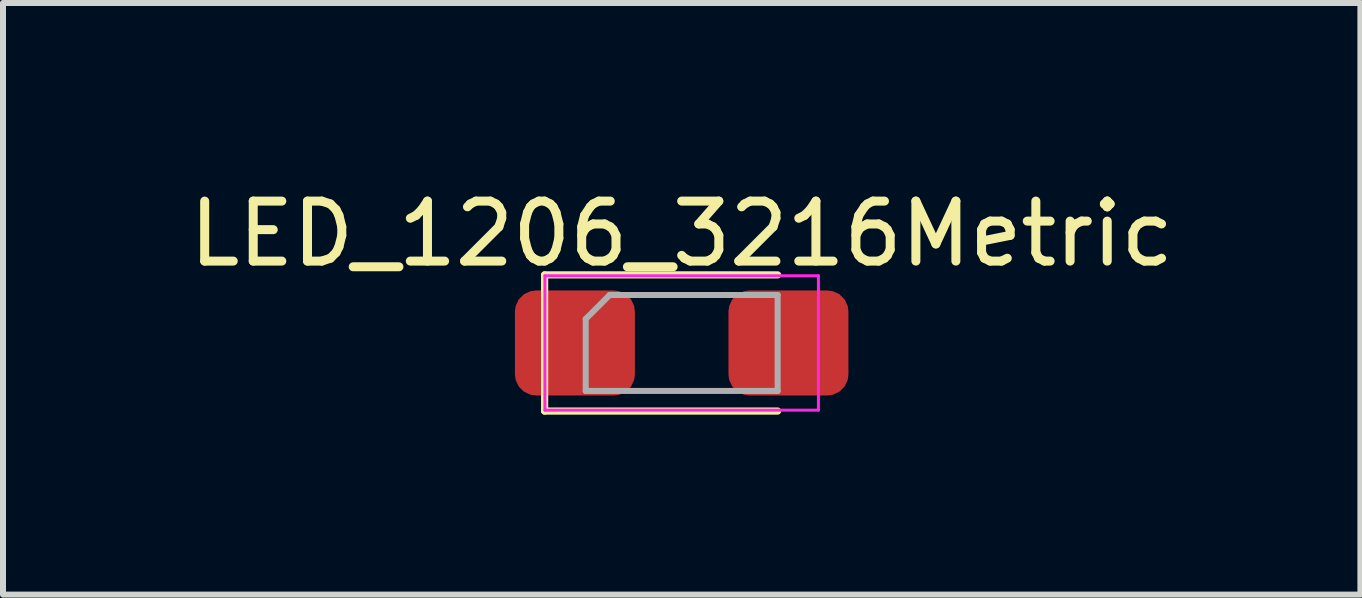
<source format=kicad_pcb>
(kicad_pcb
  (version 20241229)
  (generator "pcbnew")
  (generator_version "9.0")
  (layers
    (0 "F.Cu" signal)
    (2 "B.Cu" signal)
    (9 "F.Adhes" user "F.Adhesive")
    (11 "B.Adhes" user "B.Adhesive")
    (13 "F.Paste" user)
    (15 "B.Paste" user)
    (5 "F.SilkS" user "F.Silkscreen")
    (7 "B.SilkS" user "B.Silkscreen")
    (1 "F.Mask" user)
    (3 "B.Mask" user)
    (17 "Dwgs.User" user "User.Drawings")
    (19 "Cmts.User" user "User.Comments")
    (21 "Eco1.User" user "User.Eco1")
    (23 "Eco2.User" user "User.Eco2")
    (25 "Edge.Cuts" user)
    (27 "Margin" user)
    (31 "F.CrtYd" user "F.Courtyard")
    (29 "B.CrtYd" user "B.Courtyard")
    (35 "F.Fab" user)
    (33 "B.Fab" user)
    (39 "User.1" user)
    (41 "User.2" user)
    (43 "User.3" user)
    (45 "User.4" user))
  (footprint "LED_1206_3216Metric"
    (layer "F.Cu")
    (at 8.315 2.668)
    (property "Reference" "LED_1206_3216Metric" (at 0 -1.82 0) (layer "F.SilkS") (effects (font (size 1 1) (thickness 0.15))))
    (attr smd)
    (fp_line (start -2.285 -1.135) (end -2.285 1.135) (stroke (width 0.12) (type solid)) (layer "F.SilkS"))
    (fp_line (start -2.285 1.135) (end 1.6 1.135) (stroke (width 0.12) (type solid)) (layer "F.SilkS"))
    (fp_line (start 1.6 -1.135) (end -2.285 -1.135) (stroke (width 0.12) (type solid)) (layer "F.SilkS"))
    (fp_line (start -2.28 -1.12) (end 2.28 -1.12) (stroke (width 0.05) (type solid)) (layer "F.CrtYd"))
    (fp_line (start -2.28 1.12) (end -2.28 -1.12) (stroke (width 0.05) (type solid)) (layer "F.CrtYd"))
    (fp_line (start 2.28 -1.12) (end 2.28 1.12) (stroke (width 0.05) (type solid)) (layer "F.CrtYd"))
    (fp_line (start 2.28 1.12) (end -2.28 1.12) (stroke (width 0.05) (type solid)) (layer "F.CrtYd"))
    (fp_line (start -1.6 -0.4) (end -1.6 0.8) (stroke (width 0.1) (type solid)) (layer "F.Fab"))
    (fp_line (start -1.6 0.8) (end 1.6 0.8) (stroke (width 0.1) (type solid)) (layer "F.Fab"))
    (fp_line (start -1.2 -0.8) (end -1.6 -0.4) (stroke (width 0.1) (type solid)) (layer "F.Fab"))
    (fp_line (start 1.6 -0.8) (end -1.2 -0.8) (stroke (width 0.1) (type solid)) (layer "F.Fab"))
    (fp_line (start 1.6 0.8) (end 1.6 -0.8) (stroke (width 0.1) (type solid)) (layer "F.Fab"))
    (pad "1" smd roundrect (at -1.4 0) (size 2 1.75) (drill (offset -0.38 0)) (layers "F.Cu" "F.Mask" "F.Paste") (roundrect_rratio 0.2))
    (pad "2" smd roundrect (at 1.4 0) (size 2 1.75) (drill (offset 0.38 0)) (layers "F.Cu" "F.Mask" "F.Paste") (roundrect_rratio 0.2)))
  (gr_rect
    (start -3 -3)
    (end 19.631 6.863)
    (stroke (width 0.1) (type default))
    (fill no)
    (layer "Edge.Cuts")))
</source>
